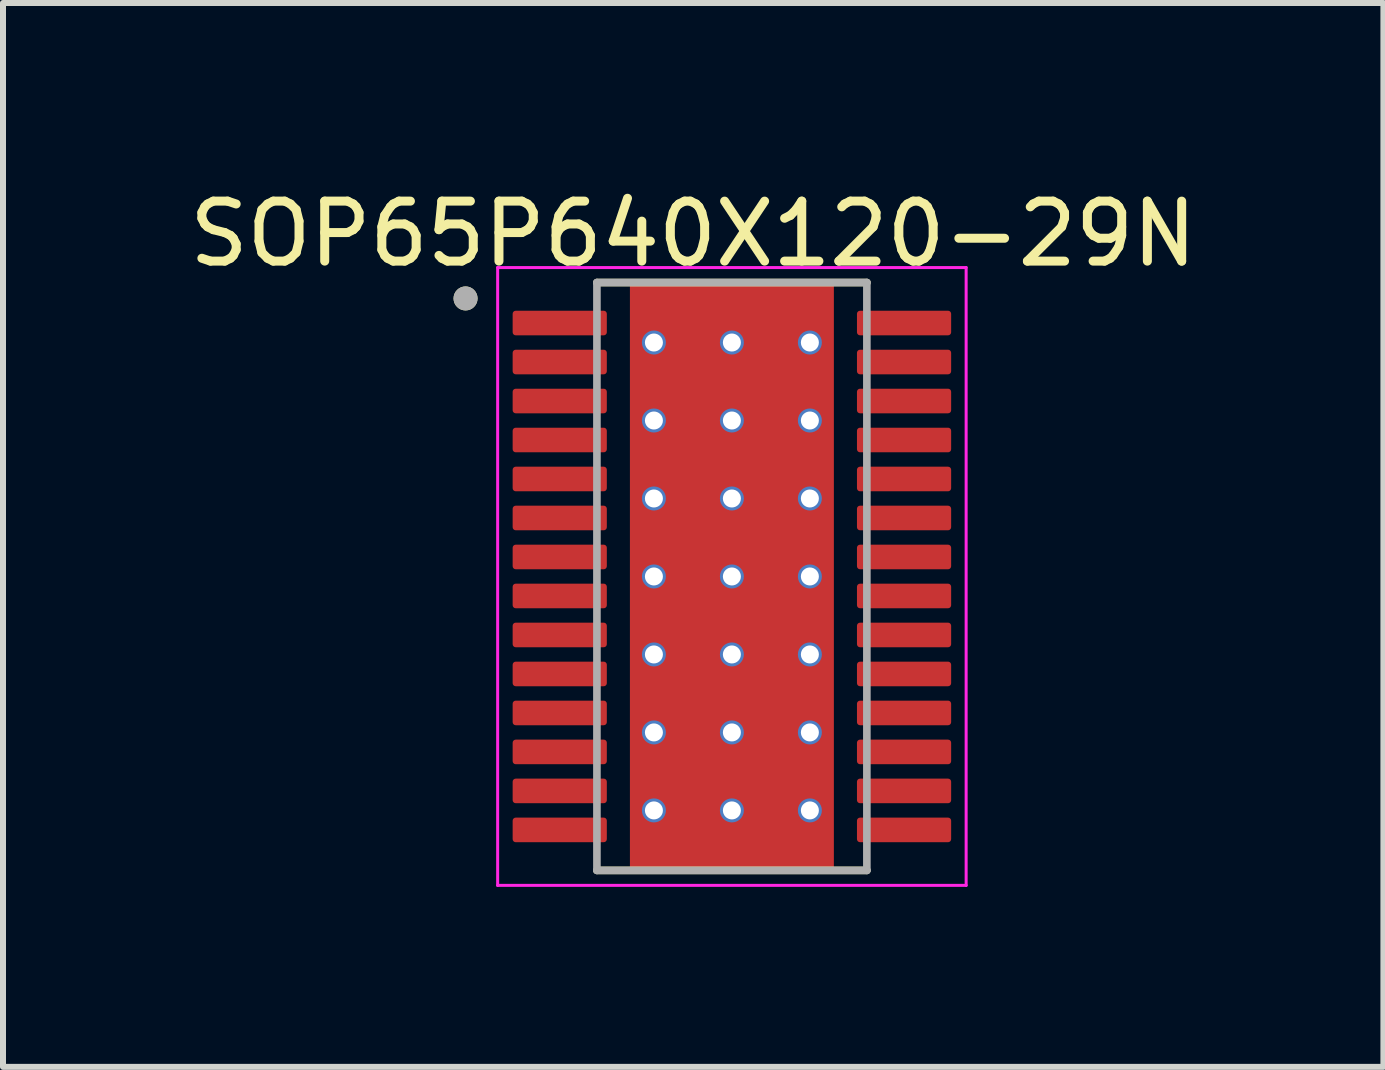
<source format=kicad_pcb>
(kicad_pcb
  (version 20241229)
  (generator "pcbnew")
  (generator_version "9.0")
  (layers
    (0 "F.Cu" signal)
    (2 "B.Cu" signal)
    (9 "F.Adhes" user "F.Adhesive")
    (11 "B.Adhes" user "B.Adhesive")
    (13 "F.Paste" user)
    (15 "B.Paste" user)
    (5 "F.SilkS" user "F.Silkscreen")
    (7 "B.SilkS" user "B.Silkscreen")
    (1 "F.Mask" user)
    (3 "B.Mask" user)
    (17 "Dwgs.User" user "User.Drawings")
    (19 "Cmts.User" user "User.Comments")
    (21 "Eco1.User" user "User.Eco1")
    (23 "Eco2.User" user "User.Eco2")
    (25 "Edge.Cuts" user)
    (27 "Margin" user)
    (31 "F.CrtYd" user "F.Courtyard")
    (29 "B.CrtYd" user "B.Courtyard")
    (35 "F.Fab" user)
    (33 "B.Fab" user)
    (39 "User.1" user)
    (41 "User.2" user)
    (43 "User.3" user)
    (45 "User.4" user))
  (footprint "SOP65P640X120-29N"
    (layer "F.Cu")
    (at 9.151 6.56)
    (property "Reference" "SOP65P640X120-29N" (at -0.645 -5.712 0) (layer "F.SilkS") (effects (font (size 1 1) (thickness 0.15))))
    (attr smd)
    (fp_poly (pts (xy -1.2 -3.23) (xy 1.2 -3.23) (xy 1.2 3.23) (xy -1.2 3.23)) (stroke (width 0.01) (type solid)) (fill yes) (layer "F.Mask"))
    (fp_line (start -2.25 -4.9) (end 2.25 -4.9) (stroke (width 0.127) (type solid)) (layer "F.SilkS"))
    (fp_line (start -2.25 4.9) (end 2.25 4.9) (stroke (width 0.127) (type solid)) (layer "F.SilkS"))
    (fp_circle (center -4.44 -4.635) (end -4.34 -4.635) (stroke (width 0.2) (type solid)) (fill no) (layer "F.SilkS"))
    (fp_poly (pts (xy -1.2 -3.23) (xy 1.2 -3.23) (xy 1.2 3.23) (xy -1.2 3.23)) (stroke (width 0.01) (type solid)) (fill yes) (layer "F.Paste"))
    (fp_line (start -3.905 -5.15) (end -3.905 5.15) (stroke (width 0.05) (type solid)) (layer "F.CrtYd"))
    (fp_line (start -3.905 -5.15) (end 3.905 -5.15) (stroke (width 0.05) (type solid)) (layer "F.CrtYd"))
    (fp_line (start -3.905 5.15) (end 3.905 5.15) (stroke (width 0.05) (type solid)) (layer "F.CrtYd"))
    (fp_line (start 3.905 -5.15) (end 3.905 5.15) (stroke (width 0.05) (type solid)) (layer "F.CrtYd"))
    (fp_line (start -2.25 -4.9) (end -2.25 4.9) (stroke (width 0.127) (type solid)) (layer "F.Fab"))
    (fp_line (start -2.25 -4.9) (end 2.25 -4.9) (stroke (width 0.127) (type solid)) (layer "F.Fab"))
    (fp_line (start -2.25 4.9) (end 2.25 4.9) (stroke (width 0.127) (type solid)) (layer "F.Fab"))
    (fp_line (start 2.25 -4.9) (end 2.25 4.9) (stroke (width 0.127) (type solid)) (layer "F.Fab"))
    (fp_circle (center -4.44 -4.635) (end -4.34 -4.635) (stroke (width 0.2) (type solid)) (fill no) (layer "F.Fab"))
    (pad "1" smd roundrect (at -2.87 -4.225) (size 1.57 0.41) (layers "F.Cu" "F.Mask" "F.Paste") (roundrect_rratio 0.125))
    (pad "2" smd roundrect (at -2.87 -3.575) (size 1.57 0.41) (layers "F.Cu" "F.Mask" "F.Paste") (roundrect_rratio 0.125))
    (pad "3" smd roundrect (at -2.87 -2.925) (size 1.57 0.41) (layers "F.Cu" "F.Mask" "F.Paste") (roundrect_rratio 0.125))
    (pad "4" smd roundrect (at -2.87 -2.275) (size 1.57 0.41) (layers "F.Cu" "F.Mask" "F.Paste") (roundrect_rratio 0.125))
    (pad "5" smd roundrect (at -2.87 -1.625) (size 1.57 0.41) (layers "F.Cu" "F.Mask" "F.Paste") (roundrect_rratio 0.125))
    (pad "6" smd roundrect (at -2.87 -0.975) (size 1.57 0.41) (layers "F.Cu" "F.Mask" "F.Paste") (roundrect_rratio 0.125))
    (pad "7" smd roundrect (at -2.87 -0.325) (size 1.57 0.41) (layers "F.Cu" "F.Mask" "F.Paste") (roundrect_rratio 0.125))
    (pad "8" smd roundrect (at -2.87 0.325) (size 1.57 0.41) (layers "F.Cu" "F.Mask" "F.Paste") (roundrect_rratio 0.125))
    (pad "9" smd roundrect (at -2.87 0.975) (size 1.57 0.41) (layers "F.Cu" "F.Mask" "F.Paste") (roundrect_rratio 0.125))
    (pad "10" smd roundrect (at -2.87 1.625) (size 1.57 0.41) (layers "F.Cu" "F.Mask" "F.Paste") (roundrect_rratio 0.125))
    (pad "11" smd roundrect (at -2.87 2.275) (size 1.57 0.41) (layers "F.Cu" "F.Mask" "F.Paste") (roundrect_rratio 0.125))
    (pad "12" smd roundrect (at -2.87 2.925) (size 1.57 0.41) (layers "F.Cu" "F.Mask" "F.Paste") (roundrect_rratio 0.125))
    (pad "13" smd roundrect (at -2.87 3.575) (size 1.57 0.41) (layers "F.Cu" "F.Mask" "F.Paste") (roundrect_rratio 0.125))
    (pad "14" smd roundrect (at -2.87 4.225) (size 1.57 0.41) (layers "F.Cu" "F.Mask" "F.Paste") (roundrect_rratio 0.125))
    (pad "15" smd roundrect (at 2.87 4.225) (size 1.57 0.41) (layers "F.Cu" "F.Mask" "F.Paste") (roundrect_rratio 0.125))
    (pad "16" smd roundrect (at 2.87 3.575) (size 1.57 0.41) (layers "F.Cu" "F.Mask" "F.Paste") (roundrect_rratio 0.125))
    (pad "17" smd roundrect (at 2.87 2.925) (size 1.57 0.41) (layers "F.Cu" "F.Mask" "F.Paste") (roundrect_rratio 0.125))
    (pad "18" smd roundrect (at 2.87 2.275) (size 1.57 0.41) (layers "F.Cu" "F.Mask" "F.Paste") (roundrect_rratio 0.125))
    (pad "19" smd roundrect (at 2.87 1.625) (size 1.57 0.41) (layers "F.Cu" "F.Mask" "F.Paste") (roundrect_rratio 0.125))
    (pad "20" smd roundrect (at 2.87 0.975) (size 1.57 0.41) (layers "F.Cu" "F.Mask" "F.Paste") (roundrect_rratio 0.125))
    (pad "21" smd roundrect (at 2.87 0.325) (size 1.57 0.41) (layers "F.Cu" "F.Mask" "F.Paste") (roundrect_rratio 0.125))
    (pad "22" smd roundrect (at 2.87 -0.325) (size 1.57 0.41) (layers "F.Cu" "F.Mask" "F.Paste") (roundrect_rratio 0.125))
    (pad "23" smd roundrect (at 2.87 -0.975) (size 1.57 0.41) (layers "F.Cu" "F.Mask" "F.Paste") (roundrect_rratio 0.125))
    (pad "24" smd roundrect (at 2.87 -1.625) (size 1.57 0.41) (layers "F.Cu" "F.Mask" "F.Paste") (roundrect_rratio 0.125))
    (pad "25" smd roundrect (at 2.87 -2.275) (size 1.57 0.41) (layers "F.Cu" "F.Mask" "F.Paste") (roundrect_rratio 0.125))
    (pad "26" smd roundrect (at 2.87 -2.925) (size 1.57 0.41) (layers "F.Cu" "F.Mask" "F.Paste") (roundrect_rratio 0.125))
    (pad "27" smd roundrect (at 2.87 -3.575) (size 1.57 0.41) (layers "F.Cu" "F.Mask" "F.Paste") (roundrect_rratio 0.125))
    (pad "28" smd roundrect (at 2.87 -4.225) (size 1.57 0.41) (layers "F.Cu" "F.Mask" "F.Paste") (roundrect_rratio 0.125))
    (pad "29" smd rect (at 0 0) (size 3.4 9.7) (layers "F.Cu"))
    (pad "29_1" thru_hole circle (at -1.3 -3.9) (size 0.4 0.4) (drill 0.3) (layers "*.Cu" "*.Mask"))
    (pad "29_2" thru_hole circle (at 0 -3.9) (size 0.4 0.4) (drill 0.3) (layers "*.Cu" "*.Mask"))
    (pad "29_3" thru_hole circle (at 1.3 -3.9) (size 0.4 0.4) (drill 0.3) (layers "*.Cu" "*.Mask"))
    (pad "29_4" thru_hole circle (at -1.3 -2.6) (size 0.4 0.4) (drill 0.3) (layers "*.Cu" "*.Mask"))
    (pad "29_5" thru_hole circle (at 0 -2.6) (size 0.4 0.4) (drill 0.3) (layers "*.Cu" "*.Mask"))
    (pad "29_6" thru_hole circle (at 1.3 -2.6) (size 0.4 0.4) (drill 0.3) (layers "*.Cu" "*.Mask"))
    (pad "29_7" thru_hole circle (at -1.3 -1.3) (size 0.4 0.4) (drill 0.3) (layers "*.Cu" "*.Mask"))
    (pad "29_8" thru_hole circle (at 0 -1.3) (size 0.4 0.4) (drill 0.3) (layers "*.Cu" "*.Mask"))
    (pad "29_9" thru_hole circle (at 1.3 -1.3) (size 0.4 0.4) (drill 0.3) (layers "*.Cu" "*.Mask"))
    (pad "29_10" thru_hole circle (at -1.3 0) (size 0.4 0.4) (drill 0.3) (layers "*.Cu" "*.Mask"))
    (pad "29_11" thru_hole circle (at 0 0) (size 0.4 0.4) (drill 0.3) (layers "*.Cu" "*.Mask"))
    (pad "29_12" thru_hole circle (at 1.3 0) (size 0.4 0.4) (drill 0.3) (layers "*.Cu" "*.Mask"))
    (pad "29_13" thru_hole circle (at -1.3 1.3) (size 0.4 0.4) (drill 0.3) (layers "*.Cu" "*.Mask"))
    (pad "29_14" thru_hole circle (at 0 1.3) (size 0.4 0.4) (drill 0.3) (layers "*.Cu" "*.Mask"))
    (pad "29_15" thru_hole circle (at 1.3 1.3) (size 0.4 0.4) (drill 0.3) (layers "*.Cu" "*.Mask"))
    (pad "29_16" thru_hole circle (at -1.3 2.6) (size 0.4 0.4) (drill 0.3) (layers "*.Cu" "*.Mask"))
    (pad "29_17" thru_hole circle (at 0 2.6) (size 0.4 0.4) (drill 0.3) (layers "*.Cu" "*.Mask"))
    (pad "29_18" thru_hole circle (at 1.3 2.6) (size 0.4 0.4) (drill 0.3) (layers "*.Cu" "*.Mask"))
    (pad "29_19" thru_hole circle (at -1.3 3.9) (size 0.4 0.4) (drill 0.3) (layers "*.Cu" "*.Mask"))
    (pad "29_20" thru_hole circle (at 0 3.9) (size 0.4 0.4) (drill 0.3) (layers "*.Cu" "*.Mask"))
    (pad "29_21" thru_hole circle (at 1.3 3.9) (size 0.4 0.4) (drill 0.3) (layers "*.Cu" "*.Mask")))
  (gr_rect
    (start -3 -3)
    (end 20.012 14.735)
    (stroke (width 0.1) (type default))
    (fill no)
    (layer "Edge.Cuts")))
</source>
